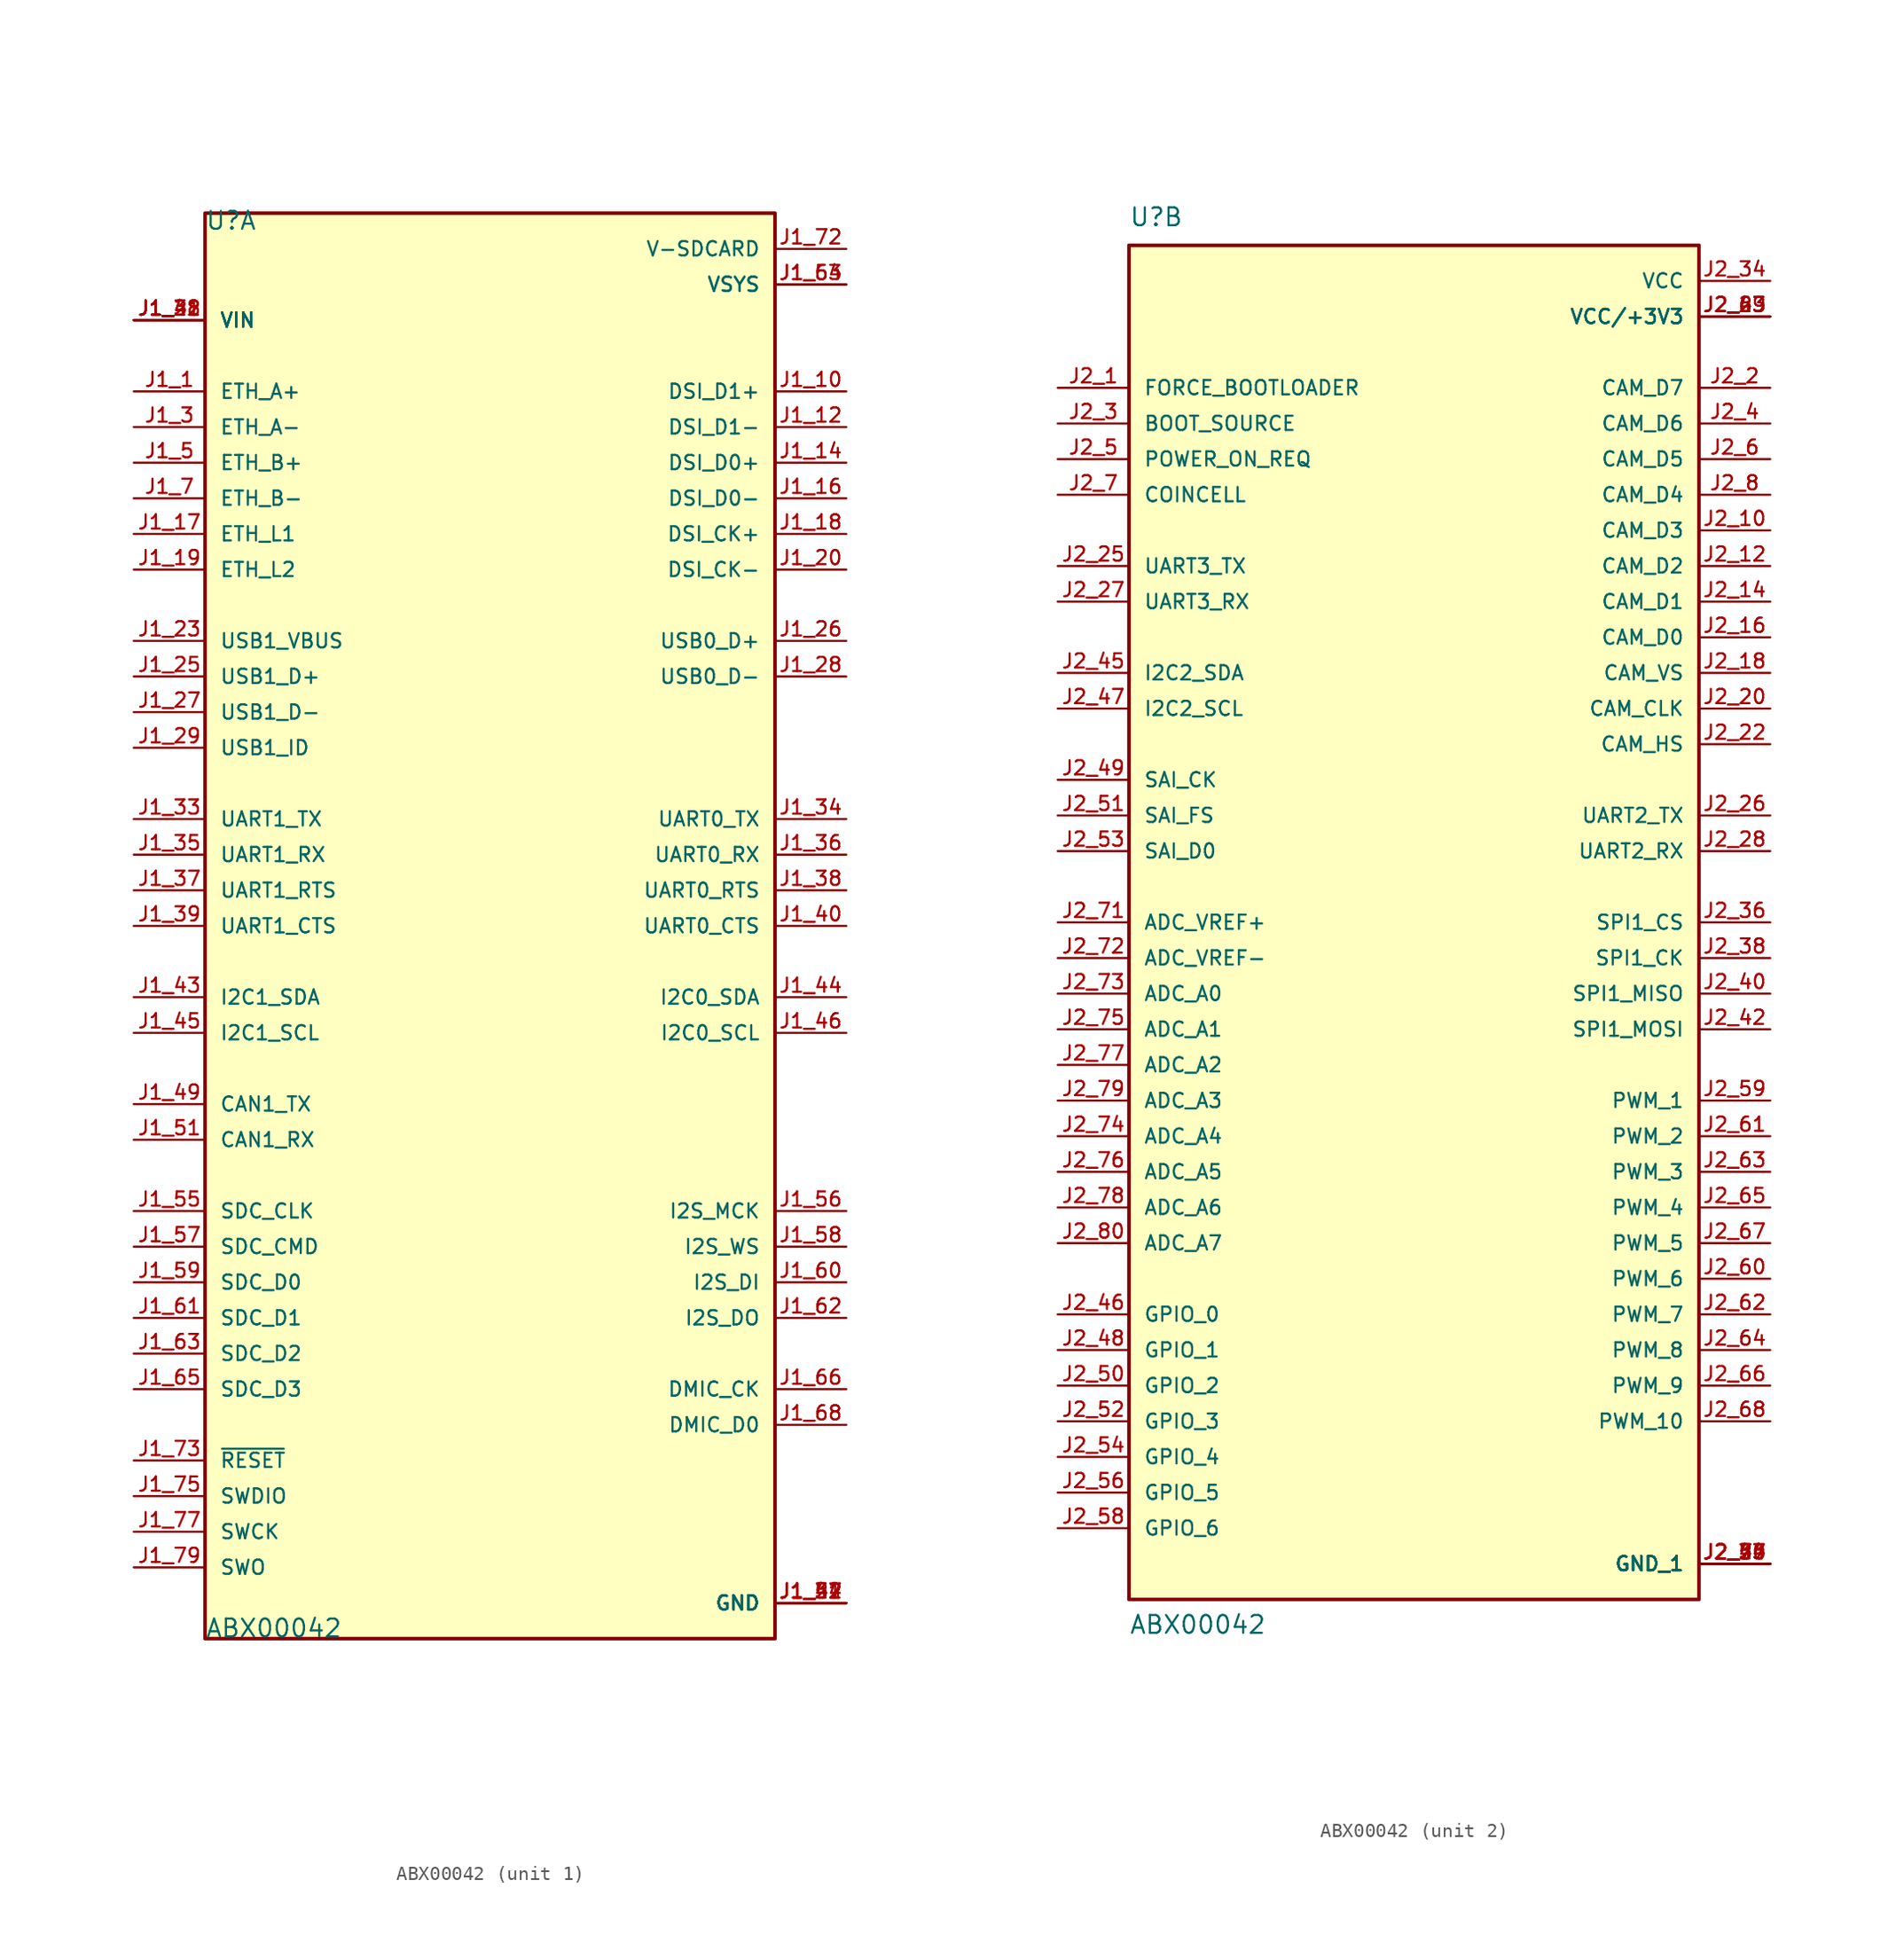
<source format=kicad_sym>
(kicad_symbol_lib
  (version 20220914)
  (generator kicad_symbol_editor)
  (symbol "ABX00042"
    (pin_names
      (offset 1.016))
    (property "Reference" "U"
      (at -20.32 49.53 0)
      (effects (font (size 1.27 1.27)) (justify left bottom)))
    (property "Value" "ABX00042"
      (at -20.32 -50.8 0)
      (effects (font (size 1.27 1.27)) (justify left bottom)))
    (symbol "ABX00042_1_0"
      (rectangle (start -20.32 -50.8) (end 20.32 50.8) (stroke (width 0.254) (type default)) (fill (type background)))
      (pin bidirectional line (at -25.4 38.1 0) (length 5.08) (name "ETH_A+" (effects (font (size 1.016 1.016)))) (number "J1_1" (effects (font (size 1.016 1.016)))))
      (pin bidirectional line (at 25.4 38.1 180) (length 5.08) (name "DSI_D1+" (effects (font (size 1.016 1.016)))) (number "J1_10" (effects (font (size 1.016 1.016)))))
      (pin no_connect line (at 11.43 -55.88 90) (length 5.08) hide (name "NC" (effects (font (size 1.016 1.016)))) (number "J1_11" (effects (font (size 1.016 1.016)))))
      (pin bidirectional line (at 25.4 35.56 180) (length 5.08) (name "DSI_D1-" (effects (font (size 1.016 1.016)))) (number "J1_12" (effects (font (size 1.016 1.016)))))
      (pin no_connect line (at 12.7 -55.88 90) (length 5.08) hide (name "NC" (effects (font (size 1.016 1.016)))) (number "J1_13" (effects (font (size 1.016 1.016)))))
      (pin bidirectional line (at 25.4 33.02 180) (length 5.08) (name "DSI_D0+" (effects (font (size 1.016 1.016)))) (number "J1_14" (effects (font (size 1.016 1.016)))))
      (pin no_connect line (at 8.89 -55.88 90) (length 5.08) hide (name "NC" (effects (font (size 1.016 1.016)))) (number "J1_15" (effects (font (size 1.016 1.016)))))
      (pin bidirectional line (at 25.4 30.48 180) (length 5.08) (name "DSI_D0-" (effects (font (size 1.016 1.016)))) (number "J1_16" (effects (font (size 1.016 1.016)))))
      (pin output line (at -25.4 27.94 0) (length 5.08) (name "ETH_L1" (effects (font (size 1.016 1.016)))) (number "J1_17" (effects (font (size 1.016 1.016)))))
      (pin bidirectional line (at 25.4 27.94 180) (length 5.08) (name "DSI_CK+" (effects (font (size 1.016 1.016)))) (number "J1_18" (effects (font (size 1.016 1.016)))))
      (pin output line (at -25.4 25.4 0) (length 5.08) (name "ETH_L2" (effects (font (size 1.016 1.016)))) (number "J1_19" (effects (font (size 1.016 1.016)))))
      (pin no_connect line (at 7.62 -55.88 90) (length 5.08) hide (name "NC" (effects (font (size 1.016 1.016)))) (number "J1_2" (effects (font (size 1.016 1.016)))))
      (pin bidirectional line (at 25.4 25.4 180) (length 5.08) (name "DSI_CK-" (effects (font (size 1.016 1.016)))) (number "J1_20" (effects (font (size 1.016 1.016)))))
      (pin power_out line (at -25.4 43.18 0) (length 5.08) (name "VIN" (effects (font (size 1.016 1.016)))) (number "J1_21" (effects (font (size 1.016 1.016)))))
      (pin power_out line (at 25.4 -48.26 180) (length 5.08) (name "GND" (effects (font (size 1.016 1.016)))) (number "J1_22" (effects (font (size 1.016 1.016)))))
      (pin passive line (at -25.4 20.32 0) (length 5.08) (name "USB1_VBUS" (effects (font (size 1.016 1.016)))) (number "J1_23" (effects (font (size 1.016 1.016)))))
      (pin no_connect line (at 13.97 -55.88 90) (length 5.08) hide (name "NC" (effects (font (size 1.016 1.016)))) (number "J1_24" (effects (font (size 1.016 1.016)))))
      (pin bidirectional line (at -25.4 17.78 0) (length 5.08) (name "USB1_D+" (effects (font (size 1.016 1.016)))) (number "J1_25" (effects (font (size 1.016 1.016)))))
      (pin bidirectional line (at 25.4 20.32 180) (length 5.08) (name "USB0_D+" (effects (font (size 1.016 1.016)))) (number "J1_26" (effects (font (size 1.016 1.016)))))
      (pin bidirectional line (at -25.4 15.24 0) (length 5.08) (name "USB1_D-" (effects (font (size 1.016 1.016)))) (number "J1_27" (effects (font (size 1.016 1.016)))))
      (pin bidirectional line (at 25.4 17.78 180) (length 5.08) (name "USB0_D-" (effects (font (size 1.016 1.016)))) (number "J1_28" (effects (font (size 1.016 1.016)))))
      (pin bidirectional line (at -25.4 12.7 0) (length 5.08) (name "USB1_ID" (effects (font (size 1.016 1.016)))) (number "J1_29" (effects (font (size 1.016 1.016)))))
      (pin bidirectional line (at -25.4 35.56 0) (length 5.08) (name "ETH_A-" (effects (font (size 1.016 1.016)))) (number "J1_3" (effects (font (size 1.016 1.016)))))
      (pin no_connect line (at 15.24 -55.88 90) (length 5.08) hide (name "NC" (effects (font (size 1.016 1.016)))) (number "J1_30" (effects (font (size 1.016 1.016)))))
      (pin power_out line (at 25.4 -48.26 180) (length 5.08) (name "GND" (effects (font (size 1.016 1.016)))) (number "J1_31" (effects (font (size 1.016 1.016)))))
      (pin power_out line (at -25.4 43.18 0) (length 5.08) (name "VIN" (effects (font (size 1.016 1.016)))) (number "J1_32" (effects (font (size 1.016 1.016)))))
      (pin bidirectional line (at -25.4 7.62 0) (length 5.08) (name "UART1_TX" (effects (font (size 1.016 1.016)))) (number "J1_33" (effects (font (size 1.016 1.016)))))
      (pin bidirectional line (at 25.4 7.62 180) (length 5.08) (name "UART0_TX" (effects (font (size 1.016 1.016)))) (number "J1_34" (effects (font (size 1.016 1.016)))))
      (pin bidirectional line (at -25.4 5.08 0) (length 5.08) (name "UART1_RX" (effects (font (size 1.016 1.016)))) (number "J1_35" (effects (font (size 1.016 1.016)))))
      (pin bidirectional line (at 25.4 5.08 180) (length 5.08) (name "UART0_RX" (effects (font (size 1.016 1.016)))) (number "J1_36" (effects (font (size 1.016 1.016)))))
      (pin bidirectional line (at -25.4 2.54 0) (length 5.08) (name "UART1_RTS" (effects (font (size 1.016 1.016)))) (number "J1_37" (effects (font (size 1.016 1.016)))))
      (pin bidirectional line (at 25.4 2.54 180) (length 5.08) (name "UART0_RTS" (effects (font (size 1.016 1.016)))) (number "J1_38" (effects (font (size 1.016 1.016)))))
      (pin bidirectional line (at -25.4 0 0) (length 5.08) (name "UART1_CTS" (effects (font (size 1.016 1.016)))) (number "J1_39" (effects (font (size 1.016 1.016)))))
      (pin no_connect line (at -1.27 -55.88 90) (length 5.08) hide (name "NC" (effects (font (size 1.016 1.016)))) (number "J1_4" (effects (font (size 1.016 1.016)))))
      (pin bidirectional line (at 25.4 0 180) (length 5.08) (name "UART0_CTS" (effects (font (size 1.016 1.016)))) (number "J1_40" (effects (font (size 1.016 1.016)))))
      (pin power_out line (at -25.4 43.18 0) (length 5.08) (name "VIN" (effects (font (size 1.016 1.016)))) (number "J1_41" (effects (font (size 1.016 1.016)))))
      (pin power_out line (at 25.4 -48.26 180) (length 5.08) (name "GND" (effects (font (size 1.016 1.016)))) (number "J1_42" (effects (font (size 1.016 1.016)))))
      (pin bidirectional line (at -25.4 -5.08 0) (length 5.08) (name "I2C1_SDA" (effects (font (size 1.016 1.016)))) (number "J1_43" (effects (font (size 1.016 1.016)))))
      (pin bidirectional line (at 25.4 -5.08 180) (length 5.08) (name "I2C0_SDA" (effects (font (size 1.016 1.016)))) (number "J1_44" (effects (font (size 1.016 1.016)))))
      (pin bidirectional line (at -25.4 -7.62 0) (length 5.08) (name "I2C1_SCL" (effects (font (size 1.016 1.016)))) (number "J1_45" (effects (font (size 1.016 1.016)))))
      (pin bidirectional line (at 25.4 -7.62 180) (length 5.08) (name "I2C0_SCL" (effects (font (size 1.016 1.016)))) (number "J1_46" (effects (font (size 1.016 1.016)))))
      (pin power_out line (at 25.4 -48.26 180) (length 5.08) (name "GND" (effects (font (size 1.016 1.016)))) (number "J1_47" (effects (font (size 1.016 1.016)))))
      (pin power_out line (at -25.4 43.18 0) (length 5.08) (name "VIN" (effects (font (size 1.016 1.016)))) (number "J1_48" (effects (font (size 1.016 1.016)))))
      (pin bidirectional line (at -25.4 -12.7 0) (length 5.08) (name "CAN1_TX" (effects (font (size 1.016 1.016)))) (number "J1_49" (effects (font (size 1.016 1.016)))))
      (pin bidirectional line (at -25.4 33.02 0) (length 5.08) (name "ETH_B+" (effects (font (size 1.016 1.016)))) (number "J1_5" (effects (font (size 1.016 1.016)))))
      (pin no_connect line (at 0 -55.88 90) (length 5.08) hide (name "NC" (effects (font (size 1.016 1.016)))) (number "J1_50" (effects (font (size 1.016 1.016)))))
      (pin bidirectional line (at -25.4 -15.24 0) (length 5.08) (name "CAN1_RX" (effects (font (size 1.016 1.016)))) (number "J1_51" (effects (font (size 1.016 1.016)))))
      (pin no_connect line (at 1.27 -55.88 90) (length 5.08) hide (name "NC" (effects (font (size 1.016 1.016)))) (number "J1_52" (effects (font (size 1.016 1.016)))))
      (pin power_out line (at 25.4 45.72 180) (length 5.08) (name "VSYS" (effects (font (size 1.016 1.016)))) (number "J1_53" (effects (font (size 1.016 1.016)))))
      (pin power_out line (at 25.4 -48.26 180) (length 5.08) (name "GND" (effects (font (size 1.016 1.016)))) (number "J1_54" (effects (font (size 1.016 1.016)))))
      (pin bidirectional line (at -25.4 -20.32 0) (length 5.08) (name "SDC_CLK" (effects (font (size 1.016 1.016)))) (number "J1_55" (effects (font (size 1.016 1.016)))))
      (pin bidirectional line (at 25.4 -20.32 180) (length 5.08) (name "I2S_MCK" (effects (font (size 1.016 1.016)))) (number "J1_56" (effects (font (size 1.016 1.016)))))
      (pin bidirectional line (at -25.4 -22.86 0) (length 5.08) (name "SDC_CMD" (effects (font (size 1.016 1.016)))) (number "J1_57" (effects (font (size 1.016 1.016)))))
      (pin bidirectional line (at 25.4 -22.86 180) (length 5.08) (name "I2S_WS" (effects (font (size 1.016 1.016)))) (number "J1_58" (effects (font (size 1.016 1.016)))))
      (pin bidirectional line (at -25.4 -25.4 0) (length 5.08) (name "SDC_D0" (effects (font (size 1.016 1.016)))) (number "J1_59" (effects (font (size 1.016 1.016)))))
      (pin no_connect line (at 2.54 -55.88 90) (length 5.08) hide (name "NC" (effects (font (size 1.016 1.016)))) (number "J1_6" (effects (font (size 1.016 1.016)))))
      (pin bidirectional line (at 25.4 -25.4 180) (length 5.08) (name "I2S_DI" (effects (font (size 1.016 1.016)))) (number "J1_60" (effects (font (size 1.016 1.016)))))
      (pin bidirectional line (at -25.4 -27.94 0) (length 5.08) (name "SDC_D1" (effects (font (size 1.016 1.016)))) (number "J1_61" (effects (font (size 1.016 1.016)))))
      (pin bidirectional line (at 25.4 -27.94 180) (length 5.08) (name "I2S_DO" (effects (font (size 1.016 1.016)))) (number "J1_62" (effects (font (size 1.016 1.016)))))
      (pin bidirectional line (at -25.4 -30.48 0) (length 5.08) (name "SDC_D2" (effects (font (size 1.016 1.016)))) (number "J1_63" (effects (font (size 1.016 1.016)))))
      (pin power_out line (at 25.4 45.72 180) (length 5.08) (name "VSYS" (effects (font (size 1.016 1.016)))) (number "J1_64" (effects (font (size 1.016 1.016)))))
      (pin bidirectional line (at -25.4 -33.02 0) (length 5.08) (name "SDC_D3" (effects (font (size 1.016 1.016)))) (number "J1_65" (effects (font (size 1.016 1.016)))))
      (pin bidirectional line (at 25.4 -33.02 180) (length 5.08) (name "DMIC_CK" (effects (font (size 1.016 1.016)))) (number "J1_66" (effects (font (size 1.016 1.016)))))
      (pin no_connect line (at 3.81 -55.88 90) (length 5.08) hide (name "NC" (effects (font (size 1.016 1.016)))) (number "J1_67" (effects (font (size 1.016 1.016)))))
      (pin bidirectional line (at 25.4 -35.56 180) (length 5.08) (name "DMIC_D0" (effects (font (size 1.016 1.016)))) (number "J1_68" (effects (font (size 1.016 1.016)))))
      (pin no_connect line (at 5.08 -55.88 90) (length 5.08) hide (name "NC" (effects (font (size 1.016 1.016)))) (number "J1_69" (effects (font (size 1.016 1.016)))))
      (pin bidirectional line (at -25.4 30.48 0) (length 5.08) (name "ETH_B-" (effects (font (size 1.016 1.016)))) (number "J1_7" (effects (font (size 1.016 1.016)))))
      (pin no_connect line (at 6.35 -55.88 90) (length 5.08) hide (name "NC" (effects (font (size 1.016 1.016)))) (number "J1_70" (effects (font (size 1.016 1.016)))))
      (pin no_connect line (at -8.89 -55.88 90) (length 5.08) hide (name "NC" (effects (font (size 1.016 1.016)))) (number "J1_71" (effects (font (size 1.016 1.016)))))
      (pin passive line (at 25.4 48.26 180) (length 5.08) (name "V-SDCARD" (effects (font (size 1.016 1.016)))) (number "J1_72" (effects (font (size 1.016 1.016)))))
      (pin passive line (at -25.4 -38.1 0) (length 5.08) (name "~{RESET}" (effects (font (size 1.016 1.016)))) (number "J1_73" (effects (font (size 1.016 1.016)))))
      (pin no_connect line (at -7.62 -55.88 90) (length 5.08) hide (name "NC" (effects (font (size 1.016 1.016)))) (number "J1_74" (effects (font (size 1.016 1.016)))))
      (pin bidirectional line (at -25.4 -40.64 0) (length 5.08) (name "SWDIO" (effects (font (size 1.016 1.016)))) (number "J1_75" (effects (font (size 1.016 1.016)))))
      (pin no_connect line (at -6.35 -55.88 90) (length 5.08) hide (name "NC" (effects (font (size 1.016 1.016)))) (number "J1_76" (effects (font (size 1.016 1.016)))))
      (pin input line (at -25.4 -43.18 0) (length 5.08) (name "SWCK" (effects (font (size 1.016 1.016)))) (number "J1_77" (effects (font (size 1.016 1.016)))))
      (pin no_connect line (at -5.08 -55.88 90) (length 5.08) hide (name "NC" (effects (font (size 1.016 1.016)))) (number "J1_78" (effects (font (size 1.016 1.016)))))
      (pin output line (at -25.4 -45.72 0) (length 5.08) (name "SWO" (effects (font (size 1.016 1.016)))) (number "J1_79" (effects (font (size 1.016 1.016)))))
      (pin no_connect line (at -3.81 -55.88 90) (length 5.08) hide (name "NC" (effects (font (size 1.016 1.016)))) (number "J1_8" (effects (font (size 1.016 1.016)))))
      (pin no_connect line (at -2.54 -55.88 90) (length 5.08) hide (name "NC" (effects (font (size 1.016 1.016)))) (number "J1_80" (effects (font (size 1.016 1.016)))))
      (pin no_connect line (at 10.16 -55.88 90) (length 5.08) hide (name "NC" (effects (font (size 1.016 1.016)))) (number "J1_9" (effects (font (size 1.016 1.016))))))
    (symbol "ABX00042_2_0"
      (rectangle (start -20.32 -48.26) (end 20.32 48.26) (stroke (width 0.254) (type default)) (fill (type background)))
      (pin input line (at -25.4 38.1 0) (length 5.08) (name "FORCE_BOOTLOADER" (effects (font (size 1.016 1.016)))) (number "J2_1" (effects (font (size 1.016 1.016)))))
      (pin bidirectional line (at 25.4 27.94 180) (length 5.08) (name "CAM_D3" (effects (font (size 1.016 1.016)))) (number "J2_10" (effects (font (size 1.016 1.016)))))
      (pin no_connect line (at 10.16 -53.34 90) (length 5.08) hide (name "NC_1" (effects (font (size 1.016 1.016)))) (number "J2_11" (effects (font (size 1.016 1.016)))))
      (pin bidirectional line (at 25.4 25.4 180) (length 5.08) (name "CAM_D2" (effects (font (size 1.016 1.016)))) (number "J2_12" (effects (font (size 1.016 1.016)))))
      (pin no_connect line (at 8.89 -53.34 90) (length 5.08) hide (name "NC_1" (effects (font (size 1.016 1.016)))) (number "J2_13" (effects (font (size 1.016 1.016)))))
      (pin bidirectional line (at 25.4 22.86 180) (length 5.08) (name "CAM_D1" (effects (font (size 1.016 1.016)))) (number "J2_14" (effects (font (size 1.016 1.016)))))
      (pin no_connect line (at 7.62 -53.34 90) (length 5.08) hide (name "NC_1" (effects (font (size 1.016 1.016)))) (number "J2_15" (effects (font (size 1.016 1.016)))))
      (pin bidirectional line (at 25.4 20.32 180) (length 5.08) (name "CAM_D0" (effects (font (size 1.016 1.016)))) (number "J2_16" (effects (font (size 1.016 1.016)))))
      (pin no_connect line (at 6.35 -53.34 90) (length 5.08) hide (name "NC_1" (effects (font (size 1.016 1.016)))) (number "J2_17" (effects (font (size 1.016 1.016)))))
      (pin bidirectional line (at 25.4 17.78 180) (length 5.08) (name "CAM_VS" (effects (font (size 1.016 1.016)))) (number "J2_18" (effects (font (size 1.016 1.016)))))
      (pin no_connect line (at 5.08 -53.34 90) (length 5.08) hide (name "NC_1" (effects (font (size 1.016 1.016)))) (number "J2_19" (effects (font (size 1.016 1.016)))))
      (pin bidirectional line (at 25.4 38.1 180) (length 5.08) (name "CAM_D7" (effects (font (size 1.016 1.016)))) (number "J2_2" (effects (font (size 1.016 1.016)))))
      (pin bidirectional line (at 25.4 15.24 180) (length 5.08) (name "CAM_CLK" (effects (font (size 1.016 1.016)))) (number "J2_20" (effects (font (size 1.016 1.016)))))
      (pin no_connect line (at 3.81 -53.34 90) (length 5.08) hide (name "NC_1" (effects (font (size 1.016 1.016)))) (number "J2_21" (effects (font (size 1.016 1.016)))))
      (pin bidirectional line (at 25.4 12.7 180) (length 5.08) (name "CAM_HS" (effects (font (size 1.016 1.016)))) (number "J2_22" (effects (font (size 1.016 1.016)))))
      (pin power_out line (at 25.4 43.18 180) (length 5.08) (name "VCC/+3V3" (effects (font (size 1.016 1.016)))) (number "J2_23" (effects (font (size 1.016 1.016)))))
      (pin passive line (at 25.4 -45.72 180) (length 5.08) (name "GND_1" (effects (font (size 1.016 1.016)))) (number "J2_24" (effects (font (size 1.016 1.016)))))
      (pin bidirectional line (at -25.4 25.4 0) (length 5.08) (name "UART3_TX" (effects (font (size 1.016 1.016)))) (number "J2_25" (effects (font (size 1.016 1.016)))))
      (pin bidirectional line (at 25.4 7.62 180) (length 5.08) (name "UART2_TX" (effects (font (size 1.016 1.016)))) (number "J2_26" (effects (font (size 1.016 1.016)))))
      (pin bidirectional line (at -25.4 22.86 0) (length 5.08) (name "UART3_RX" (effects (font (size 1.016 1.016)))) (number "J2_27" (effects (font (size 1.016 1.016)))))
      (pin bidirectional line (at 25.4 5.08 180) (length 5.08) (name "UART2_RX" (effects (font (size 1.016 1.016)))) (number "J2_28" (effects (font (size 1.016 1.016)))))
      (pin no_connect line (at 2.54 -53.34 90) (length 5.08) hide (name "NC_1" (effects (font (size 1.016 1.016)))) (number "J2_29" (effects (font (size 1.016 1.016)))))
      (pin input line (at -25.4 35.56 0) (length 5.08) (name "BOOT_SOURCE" (effects (font (size 1.016 1.016)))) (number "J2_3" (effects (font (size 1.016 1.016)))))
      (pin no_connect line (at 1.27 -53.34 90) (length 5.08) hide (name "NC_1" (effects (font (size 1.016 1.016)))) (number "J2_30" (effects (font (size 1.016 1.016)))))
      (pin no_connect line (at 0 -53.34 90) (length 5.08) hide (name "NC_1" (effects (font (size 1.016 1.016)))) (number "J2_31" (effects (font (size 1.016 1.016)))))
      (pin no_connect line (at -1.27 -53.34 90) (length 5.08) hide (name "NC_1" (effects (font (size 1.016 1.016)))) (number "J2_32" (effects (font (size 1.016 1.016)))))
      (pin passive line (at 25.4 -45.72 180) (length 5.08) (name "GND_1" (effects (font (size 1.016 1.016)))) (number "J2_33" (effects (font (size 1.016 1.016)))))
      (pin passive line (at 25.4 45.72 180) (length 5.08) (name "VCC" (effects (font (size 1.016 1.016)))) (number "J2_34" (effects (font (size 1.016 1.016)))))
      (pin no_connect line (at -2.54 -53.34 90) (length 5.08) hide (name "NC_1" (effects (font (size 1.016 1.016)))) (number "J2_35" (effects (font (size 1.016 1.016)))))
      (pin bidirectional line (at 25.4 0 180) (length 5.08) (name "SPI1_CS" (effects (font (size 1.016 1.016)))) (number "J2_36" (effects (font (size 1.016 1.016)))))
      (pin no_connect line (at -3.81 -53.34 90) (length 5.08) hide (name "NC_1" (effects (font (size 1.016 1.016)))) (number "J2_37" (effects (font (size 1.016 1.016)))))
      (pin bidirectional line (at 25.4 -2.54 180) (length 5.08) (name "SPI1_CK" (effects (font (size 1.016 1.016)))) (number "J2_38" (effects (font (size 1.016 1.016)))))
      (pin no_connect line (at -5.08 -53.34 90) (length 5.08) hide (name "NC_1" (effects (font (size 1.016 1.016)))) (number "J2_39" (effects (font (size 1.016 1.016)))))
      (pin bidirectional line (at 25.4 35.56 180) (length 5.08) (name "CAM_D6" (effects (font (size 1.016 1.016)))) (number "J2_4" (effects (font (size 1.016 1.016)))))
      (pin bidirectional line (at 25.4 -5.08 180) (length 5.08) (name "SPI1_MISO" (effects (font (size 1.016 1.016)))) (number "J2_40" (effects (font (size 1.016 1.016)))))
      (pin no_connect line (at -6.35 -53.34 90) (length 5.08) hide (name "NC_1" (effects (font (size 1.016 1.016)))) (number "J2_41" (effects (font (size 1.016 1.016)))))
      (pin bidirectional line (at 25.4 -7.62 180) (length 5.08) (name "SPI1_MOSI" (effects (font (size 1.016 1.016)))) (number "J2_42" (effects (font (size 1.016 1.016)))))
      (pin power_out line (at 25.4 43.18 180) (length 5.08) (name "VCC/+3V3" (effects (font (size 1.016 1.016)))) (number "J2_43" (effects (font (size 1.016 1.016)))))
      (pin passive line (at 25.4 -45.72 180) (length 5.08) (name "GND_1" (effects (font (size 1.016 1.016)))) (number "J2_44" (effects (font (size 1.016 1.016)))))
      (pin bidirectional line (at -25.4 17.78 0) (length 5.08) (name "I2C2_SDA" (effects (font (size 1.016 1.016)))) (number "J2_45" (effects (font (size 1.016 1.016)))))
      (pin bidirectional line (at -25.4 -27.94 0) (length 5.08) (name "GPIO_0" (effects (font (size 1.016 1.016)))) (number "J2_46" (effects (font (size 1.016 1.016)))))
      (pin bidirectional line (at -25.4 15.24 0) (length 5.08) (name "I2C2_SCL" (effects (font (size 1.016 1.016)))) (number "J2_47" (effects (font (size 1.016 1.016)))))
      (pin bidirectional line (at -25.4 -30.48 0) (length 5.08) (name "GPIO_1" (effects (font (size 1.016 1.016)))) (number "J2_48" (effects (font (size 1.016 1.016)))))
      (pin bidirectional line (at -25.4 10.16 0) (length 5.08) (name "SAI_CK" (effects (font (size 1.016 1.016)))) (number "J2_49" (effects (font (size 1.016 1.016)))))
      (pin output line (at -25.4 33.02 0) (length 5.08) (name "POWER_ON_REQ" (effects (font (size 1.016 1.016)))) (number "J2_5" (effects (font (size 1.016 1.016)))))
      (pin bidirectional line (at -25.4 -33.02 0) (length 5.08) (name "GPIO_2" (effects (font (size 1.016 1.016)))) (number "J2_50" (effects (font (size 1.016 1.016)))))
      (pin bidirectional line (at -25.4 7.62 0) (length 5.08) (name "SAI_FS" (effects (font (size 1.016 1.016)))) (number "J2_51" (effects (font (size 1.016 1.016)))))
      (pin bidirectional line (at -25.4 -35.56 0) (length 5.08) (name "GPIO_3" (effects (font (size 1.016 1.016)))) (number "J2_52" (effects (font (size 1.016 1.016)))))
      (pin bidirectional line (at -25.4 5.08 0) (length 5.08) (name "SAI_D0" (effects (font (size 1.016 1.016)))) (number "J2_53" (effects (font (size 1.016 1.016)))))
      (pin bidirectional line (at -25.4 -38.1 0) (length 5.08) (name "GPIO_4" (effects (font (size 1.016 1.016)))) (number "J2_54" (effects (font (size 1.016 1.016)))))
      (pin no_connect line (at -7.62 -53.34 90) (length 5.08) hide (name "NC_1" (effects (font (size 1.016 1.016)))) (number "J2_55" (effects (font (size 1.016 1.016)))))
      (pin bidirectional line (at -25.4 -40.64 0) (length 5.08) (name "GPIO_5" (effects (font (size 1.016 1.016)))) (number "J2_56" (effects (font (size 1.016 1.016)))))
      (pin passive line (at 25.4 -45.72 180) (length 5.08) (name "GND_1" (effects (font (size 1.016 1.016)))) (number "J2_57" (effects (font (size 1.016 1.016)))))
      (pin bidirectional line (at -25.4 -43.18 0) (length 5.08) (name "GPIO_6" (effects (font (size 1.016 1.016)))) (number "J2_58" (effects (font (size 1.016 1.016)))))
      (pin bidirectional line (at 25.4 -12.7 180) (length 5.08) (name "PWM_1" (effects (font (size 1.016 1.016)))) (number "J2_59" (effects (font (size 1.016 1.016)))))
      (pin bidirectional line (at 25.4 33.02 180) (length 5.08) (name "CAM_D5" (effects (font (size 1.016 1.016)))) (number "J2_6" (effects (font (size 1.016 1.016)))))
      (pin bidirectional line (at 25.4 -25.4 180) (length 5.08) (name "PWM_6" (effects (font (size 1.016 1.016)))) (number "J2_60" (effects (font (size 1.016 1.016)))))
      (pin bidirectional line (at 25.4 -15.24 180) (length 5.08) (name "PWM_2" (effects (font (size 1.016 1.016)))) (number "J2_61" (effects (font (size 1.016 1.016)))))
      (pin bidirectional line (at 25.4 -27.94 180) (length 5.08) (name "PWM_7" (effects (font (size 1.016 1.016)))) (number "J2_62" (effects (font (size 1.016 1.016)))))
      (pin bidirectional line (at 25.4 -17.78 180) (length 5.08) (name "PWM_3" (effects (font (size 1.016 1.016)))) (number "J2_63" (effects (font (size 1.016 1.016)))))
      (pin bidirectional line (at 25.4 -30.48 180) (length 5.08) (name "PWM_8" (effects (font (size 1.016 1.016)))) (number "J2_64" (effects (font (size 1.016 1.016)))))
      (pin bidirectional line (at 25.4 -20.32 180) (length 5.08) (name "PWM_4" (effects (font (size 1.016 1.016)))) (number "J2_65" (effects (font (size 1.016 1.016)))))
      (pin bidirectional line (at 25.4 -33.02 180) (length 5.08) (name "PWM_9" (effects (font (size 1.016 1.016)))) (number "J2_66" (effects (font (size 1.016 1.016)))))
      (pin bidirectional line (at 25.4 -22.86 180) (length 5.08) (name "PWM_5" (effects (font (size 1.016 1.016)))) (number "J2_67" (effects (font (size 1.016 1.016)))))
      (pin bidirectional line (at 25.4 -35.56 180) (length 5.08) (name "PWM_10" (effects (font (size 1.016 1.016)))) (number "J2_68" (effects (font (size 1.016 1.016)))))
      (pin power_out line (at 25.4 43.18 180) (length 5.08) (name "VCC/+3V3" (effects (font (size 1.016 1.016)))) (number "J2_69" (effects (font (size 1.016 1.016)))))
      (pin input line (at -25.4 30.48 0) (length 5.08) (name "COINCELL" (effects (font (size 1.016 1.016)))) (number "J2_7" (effects (font (size 1.016 1.016)))))
      (pin passive line (at 25.4 -45.72 180) (length 5.08) (name "GND_1" (effects (font (size 1.016 1.016)))) (number "J2_70" (effects (font (size 1.016 1.016)))))
      (pin input line (at -25.4 0 0) (length 5.08) (name "ADC_VREF+" (effects (font (size 1.016 1.016)))) (number "J2_71" (effects (font (size 1.016 1.016)))))
      (pin input line (at -25.4 -2.54 0) (length 5.08) (name "ADC_VREF-" (effects (font (size 1.016 1.016)))) (number "J2_72" (effects (font (size 1.016 1.016)))))
      (pin bidirectional line (at -25.4 -5.08 0) (length 5.08) (name "ADC_A0" (effects (font (size 1.016 1.016)))) (number "J2_73" (effects (font (size 1.016 1.016)))))
      (pin bidirectional line (at -25.4 -15.24 0) (length 5.08) (name "ADC_A4" (effects (font (size 1.016 1.016)))) (number "J2_74" (effects (font (size 1.016 1.016)))))
      (pin bidirectional line (at -25.4 -7.62 0) (length 5.08) (name "ADC_A1" (effects (font (size 1.016 1.016)))) (number "J2_75" (effects (font (size 1.016 1.016)))))
      (pin bidirectional line (at -25.4 -17.78 0) (length 5.08) (name "ADC_A5" (effects (font (size 1.016 1.016)))) (number "J2_76" (effects (font (size 1.016 1.016)))))
      (pin bidirectional line (at -25.4 -10.16 0) (length 5.08) (name "ADC_A2" (effects (font (size 1.016 1.016)))) (number "J2_77" (effects (font (size 1.016 1.016)))))
      (pin bidirectional line (at -25.4 -20.32 0) (length 5.08) (name "ADC_A6" (effects (font (size 1.016 1.016)))) (number "J2_78" (effects (font (size 1.016 1.016)))))
      (pin bidirectional line (at -25.4 -12.7 0) (length 5.08) (name "ADC_A3" (effects (font (size 1.016 1.016)))) (number "J2_79" (effects (font (size 1.016 1.016)))))
      (pin bidirectional line (at 25.4 30.48 180) (length 5.08) (name "CAM_D4" (effects (font (size 1.016 1.016)))) (number "J2_8" (effects (font (size 1.016 1.016)))))
      (pin bidirectional line (at -25.4 -22.86 0) (length 5.08) (name "ADC_A7" (effects (font (size 1.016 1.016)))) (number "J2_80" (effects (font (size 1.016 1.016)))))
      (pin no_connect line (at -8.89 -53.34 90) (length 5.08) hide (name "NC_1" (effects (font (size 1.016 1.016)))) (number "J2_9" (effects (font (size 1.016 1.016))))))))
</source>
